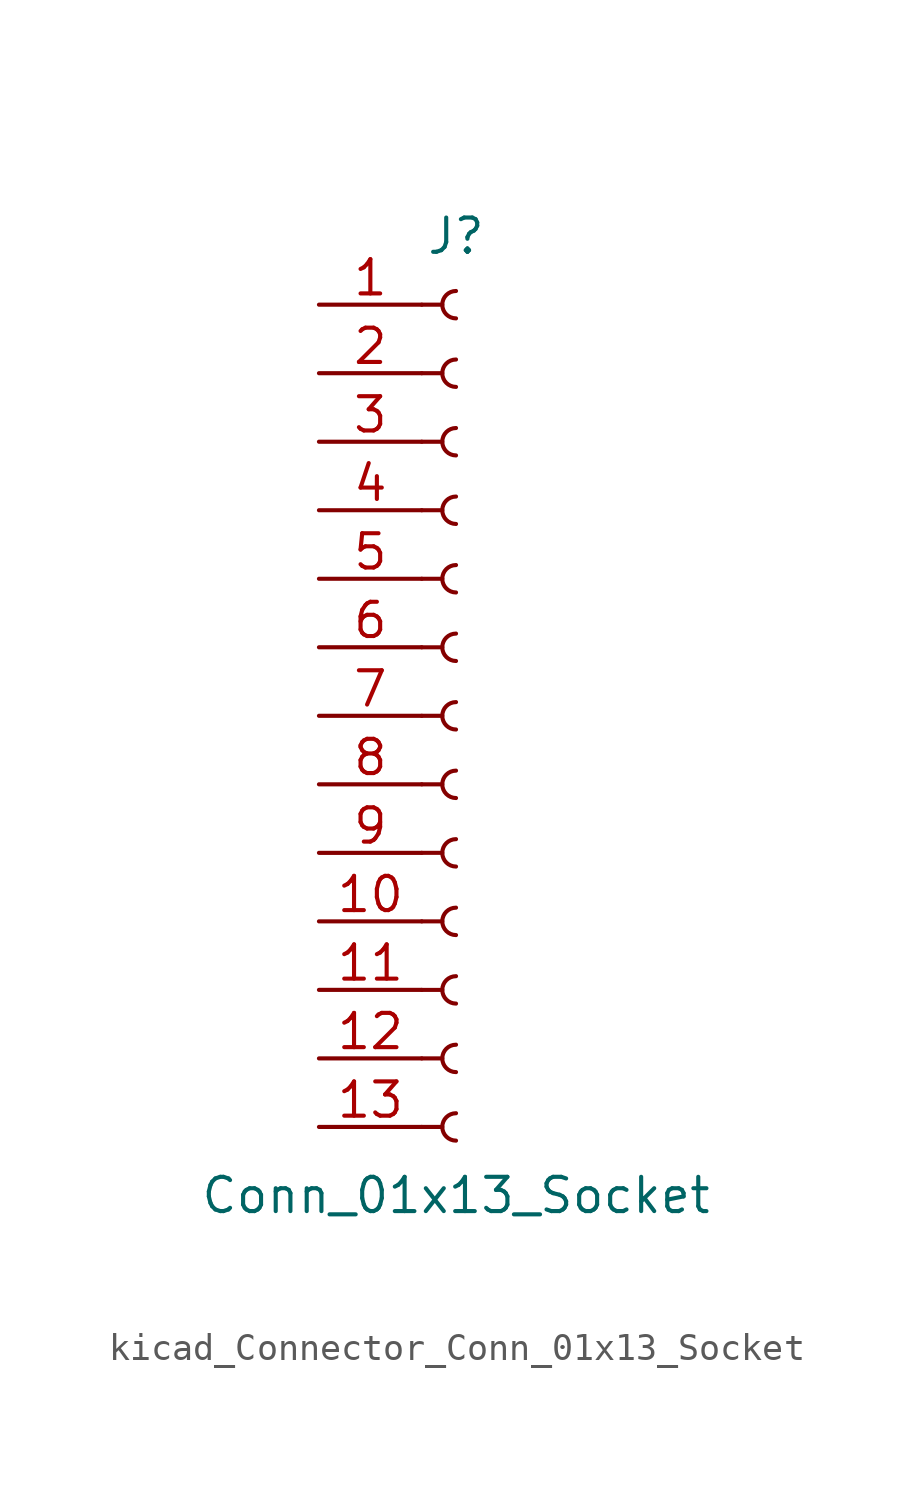
<source format=kicad_sym>
(kicad_symbol_lib
  (version 20220914)
  (generator kicad_symbol_editor)
  (symbol "kicad_Connector_Conn_01x13_Socket"
    (pin_names
      (offset 1.016) hide)
    (property "Reference" "J"
      (at 0 17.78 0)
      (effects (font (size 1.27 1.27))))
    (property "Value" "Conn_01x13_Socket"
      (at 0 -17.78 0)
      (effects (font (size 1.27 1.27))))
    (property "ki_locked" ""
      (at 0 0 0)
      (effects (font (size 1.27 1.27))))
    (symbol "kicad_Connector_Conn_01x13_Socket_1_1"
      (arc (start 0 -14.732) (mid -0.5058 -15.24) (end 0 -15.748) (stroke (width 0.1524) (type default)) (fill (type none)))
      (arc (start 0 -12.192) (mid -0.5058 -12.7) (end 0 -13.208) (stroke (width 0.1524) (type default)) (fill (type none)))
      (arc (start 0 -9.652) (mid -0.5058 -10.16) (end 0 -10.668) (stroke (width 0.1524) (type default)) (fill (type none)))
      (arc (start 0 -7.112) (mid -0.5058 -7.62) (end 0 -8.128) (stroke (width 0.1524) (type default)) (fill (type none)))
      (arc (start 0 -4.572) (mid -0.5058 -5.08) (end 0 -5.588) (stroke (width 0.1524) (type default)) (fill (type none)))
      (arc (start 0 -2.032) (mid -0.5058 -2.54) (end 0 -3.048) (stroke (width 0.1524) (type default)) (fill (type none)))
      (polyline (pts (xy -1.27 -15.24) (xy -0.508 -15.24)) (stroke (width 0.152) (type default)) (fill (type none)))
      (polyline (pts (xy -1.27 -12.7) (xy -0.508 -12.7)) (stroke (width 0.152) (type default)) (fill (type none)))
      (polyline (pts (xy -1.27 -10.16) (xy -0.508 -10.16)) (stroke (width 0.152) (type default)) (fill (type none)))
      (polyline (pts (xy -1.27 -7.62) (xy -0.508 -7.62)) (stroke (width 0.152) (type default)) (fill (type none)))
      (polyline (pts (xy -1.27 -5.08) (xy -0.508 -5.08)) (stroke (width 0.152) (type default)) (fill (type none)))
      (polyline (pts (xy -1.27 -2.54) (xy -0.508 -2.54)) (stroke (width 0.152) (type default)) (fill (type none)))
      (polyline (pts (xy -1.27 0) (xy -0.508 0)) (stroke (width 0.152) (type default)) (fill (type none)))
      (polyline (pts (xy -1.27 2.54) (xy -0.508 2.54)) (stroke (width 0.152) (type default)) (fill (type none)))
      (polyline (pts (xy -1.27 5.08) (xy -0.508 5.08)) (stroke (width 0.152) (type default)) (fill (type none)))
      (polyline (pts (xy -1.27 7.62) (xy -0.508 7.62)) (stroke (width 0.152) (type default)) (fill (type none)))
      (polyline (pts (xy -1.27 10.16) (xy -0.508 10.16)) (stroke (width 0.152) (type default)) (fill (type none)))
      (polyline (pts (xy -1.27 12.7) (xy -0.508 12.7)) (stroke (width 0.152) (type default)) (fill (type none)))
      (polyline (pts (xy -1.27 15.24) (xy -0.508 15.24)) (stroke (width 0.152) (type default)) (fill (type none)))
      (arc (start 0 0.508) (mid -0.5058 0) (end 0 -0.508) (stroke (width 0.1524) (type default)) (fill (type none)))
      (arc (start 0 3.048) (mid -0.5058 2.54) (end 0 2.032) (stroke (width 0.1524) (type default)) (fill (type none)))
      (arc (start 0 5.588) (mid -0.5058 5.08) (end 0 4.572) (stroke (width 0.1524) (type default)) (fill (type none)))
      (arc (start 0 8.128) (mid -0.5058 7.62) (end 0 7.112) (stroke (width 0.1524) (type default)) (fill (type none)))
      (arc (start 0 10.668) (mid -0.5058 10.16) (end 0 9.652) (stroke (width 0.1524) (type default)) (fill (type none)))
      (arc (start 0 13.208) (mid -0.5058 12.7) (end 0 12.192) (stroke (width 0.1524) (type default)) (fill (type none)))
      (arc (start 0 15.748) (mid -0.5058 15.24) (end 0 14.732) (stroke (width 0.1524) (type default)) (fill (type none)))
      (pin passive line (at -5.08 15.24 0) (length 3.81) (name "Pin_1" (effects (font (size 1.27 1.27)))) (number "1" (effects (font (size 1.27 1.27)))))
      (pin passive line (at -5.08 -7.62 0) (length 3.81) (name "Pin_10" (effects (font (size 1.27 1.27)))) (number "10" (effects (font (size 1.27 1.27)))))
      (pin passive line (at -5.08 -10.16 0) (length 3.81) (name "Pin_11" (effects (font (size 1.27 1.27)))) (number "11" (effects (font (size 1.27 1.27)))))
      (pin passive line (at -5.08 -12.7 0) (length 3.81) (name "Pin_12" (effects (font (size 1.27 1.27)))) (number "12" (effects (font (size 1.27 1.27)))))
      (pin passive line (at -5.08 -15.24 0) (length 3.81) (name "Pin_13" (effects (font (size 1.27 1.27)))) (number "13" (effects (font (size 1.27 1.27)))))
      (pin passive line (at -5.08 12.7 0) (length 3.81) (name "Pin_2" (effects (font (size 1.27 1.27)))) (number "2" (effects (font (size 1.27 1.27)))))
      (pin passive line (at -5.08 10.16 0) (length 3.81) (name "Pin_3" (effects (font (size 1.27 1.27)))) (number "3" (effects (font (size 1.27 1.27)))))
      (pin passive line (at -5.08 7.62 0) (length 3.81) (name "Pin_4" (effects (font (size 1.27 1.27)))) (number "4" (effects (font (size 1.27 1.27)))))
      (pin passive line (at -5.08 5.08 0) (length 3.81) (name "Pin_5" (effects (font (size 1.27 1.27)))) (number "5" (effects (font (size 1.27 1.27)))))
      (pin passive line (at -5.08 2.54 0) (length 3.81) (name "Pin_6" (effects (font (size 1.27 1.27)))) (number "6" (effects (font (size 1.27 1.27)))))
      (pin passive line (at -5.08 0 0) (length 3.81) (name "Pin_7" (effects (font (size 1.27 1.27)))) (number "7" (effects (font (size 1.27 1.27)))))
      (pin passive line (at -5.08 -2.54 0) (length 3.81) (name "Pin_8" (effects (font (size 1.27 1.27)))) (number "8" (effects (font (size 1.27 1.27)))))
      (pin passive line (at -5.08 -5.08 0) (length 3.81) (name "Pin_9" (effects (font (size 1.27 1.27)))) (number "9" (effects (font (size 1.27 1.27))))))))
</source>
